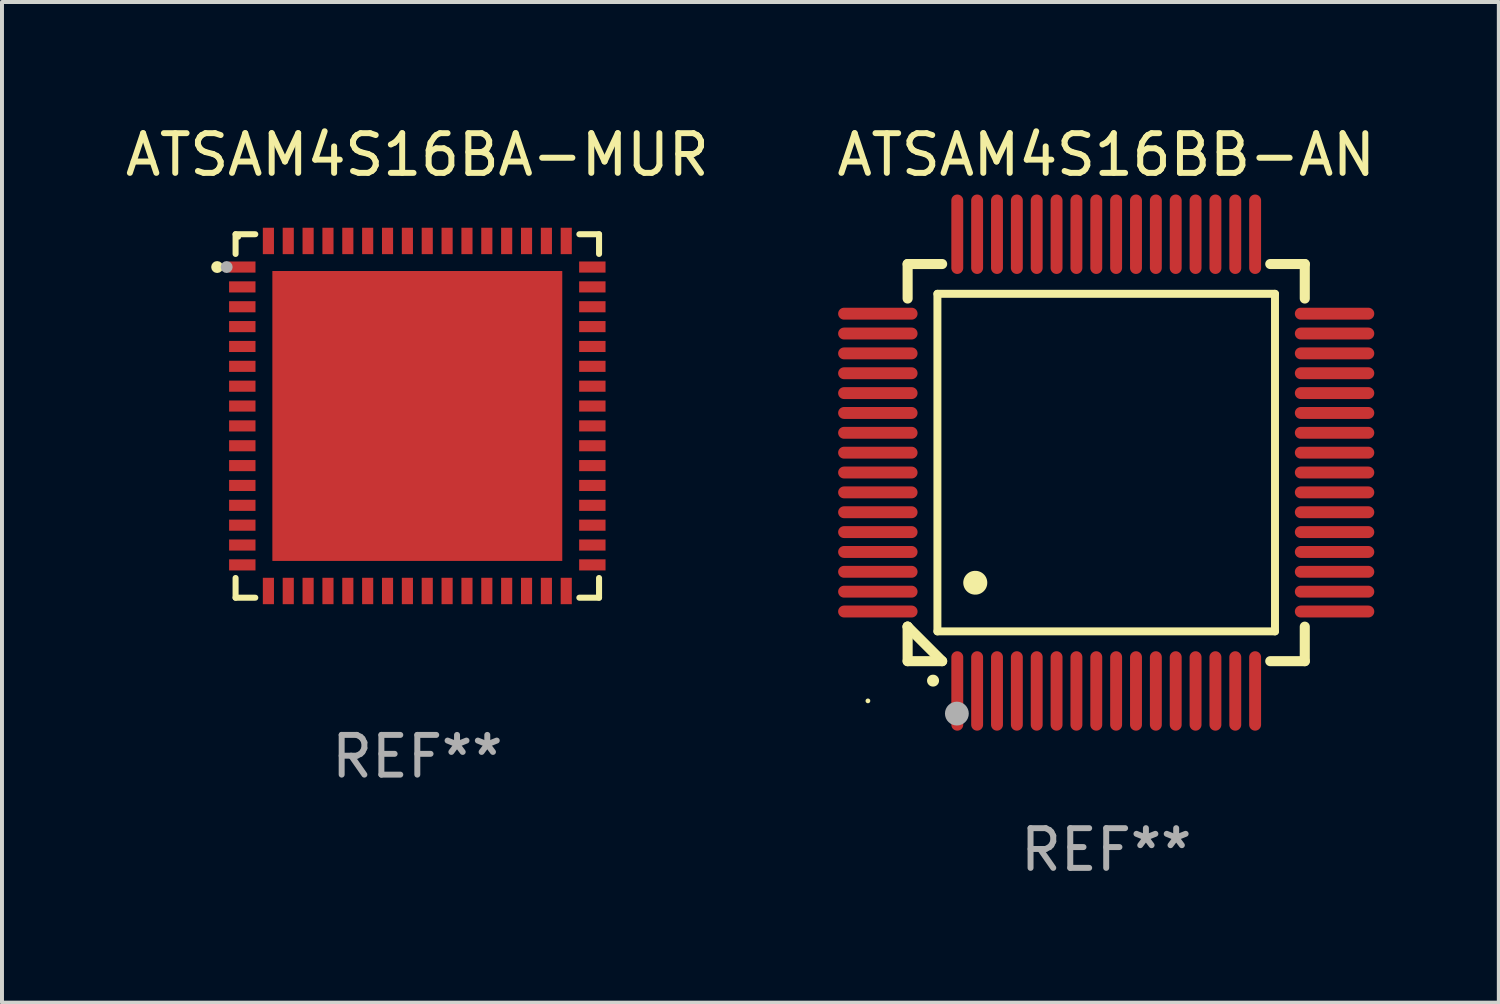
<source format=kicad_pcb>
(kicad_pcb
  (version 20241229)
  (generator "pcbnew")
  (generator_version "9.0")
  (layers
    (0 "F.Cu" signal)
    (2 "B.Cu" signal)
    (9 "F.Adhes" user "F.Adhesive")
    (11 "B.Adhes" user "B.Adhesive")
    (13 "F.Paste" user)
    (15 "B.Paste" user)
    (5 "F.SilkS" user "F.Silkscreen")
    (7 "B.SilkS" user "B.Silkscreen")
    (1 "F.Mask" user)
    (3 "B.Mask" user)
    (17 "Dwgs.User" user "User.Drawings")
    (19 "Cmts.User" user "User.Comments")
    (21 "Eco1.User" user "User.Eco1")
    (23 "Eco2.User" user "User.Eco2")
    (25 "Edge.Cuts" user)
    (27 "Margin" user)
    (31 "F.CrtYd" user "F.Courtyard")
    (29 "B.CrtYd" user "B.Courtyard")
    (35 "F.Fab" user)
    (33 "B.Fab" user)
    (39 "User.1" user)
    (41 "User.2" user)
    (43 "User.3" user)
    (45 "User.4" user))
  (footprint "ATSAM4S16BA-MUR"
    (layer "F.Cu")
    (at 7.458 7.424)
    (property "Reference" "ATSAM4S16BA-MUR" (at 0 -6.576 0) (layer "F.SilkS") (effects (font (size 1 1) (thickness 0.15))))
    (attr through_hole)
    (fp_line (start -4.576 -4.576) (end -4.576 -4.08) (stroke (width 0.152) (type solid)) (layer "F.SilkS"))
    (fp_line (start -4.576 4.576) (end -4.576 4.08) (stroke (width 0.152) (type solid)) (layer "F.SilkS"))
    (fp_line (start -4.08 -4.576) (end -4.576 -4.576) (stroke (width 0.152) (type solid)) (layer "F.SilkS"))
    (fp_line (start -4.08 4.576) (end -4.576 4.576) (stroke (width 0.152) (type solid)) (layer "F.SilkS"))
    (fp_line (start 4.08 -4.576) (end 4.576 -4.576) (stroke (width 0.152) (type solid)) (layer "F.SilkS"))
    (fp_line (start 4.08 4.576) (end 4.576 4.576) (stroke (width 0.152) (type solid)) (layer "F.SilkS"))
    (fp_line (start 4.576 -4.576) (end 4.576 -4.08) (stroke (width 0.152) (type solid)) (layer "F.SilkS"))
    (fp_line (start 4.576 4.576) (end 4.576 4.08) (stroke (width 0.152) (type solid)) (layer "F.SilkS"))
    (fp_circle (center -5.04 -3.75) (end -4.965 -3.75) (stroke (width 0.15) (type solid)) (fill no) (layer "F.SilkS"))
    (fp_circle (center -4.5 -4.5) (end -4.47 -4.5) (stroke (width 0.06) (type solid)) (fill no) (layer "F.SilkS"))
    (fp_circle (center -4.8 -3.75) (end -4.725 -3.75) (stroke (width 0.15) (type solid)) (fill no) (layer "F.Fab"))
    (fp_text user "REF**" (at 0 8.576 0) (layer "F.Fab") (effects (font (size 1 1) (thickness 0.15))))
    (pad "1" smd rect (at -4.407 -3.75) (size 0.665 0.28) (layers "F.Cu" "F.Mask" "F.Paste"))
    (pad "2" smd rect (at -4.407 -3.25) (size 0.665 0.28) (layers "F.Cu" "F.Mask" "F.Paste"))
    (pad "3" smd rect (at -4.407 -2.75) (size 0.665 0.28) (layers "F.Cu" "F.Mask" "F.Paste"))
    (pad "4" smd rect (at -4.407 -2.25) (size 0.665 0.28) (layers "F.Cu" "F.Mask" "F.Paste"))
    (pad "5" smd rect (at -4.407 -1.75) (size 0.665 0.28) (layers "F.Cu" "F.Mask" "F.Paste"))
    (pad "6" smd rect (at -4.407 -1.25) (size 0.665 0.28) (layers "F.Cu" "F.Mask" "F.Paste"))
    (pad "7" smd rect (at -4.407 -0.75) (size 0.665 0.28) (layers "F.Cu" "F.Mask" "F.Paste"))
    (pad "8" smd rect (at -4.407 -0.25) (size 0.665 0.28) (layers "F.Cu" "F.Mask" "F.Paste"))
    (pad "9" smd rect (at -4.407 0.25) (size 0.665 0.28) (layers "F.Cu" "F.Mask" "F.Paste"))
    (pad "10" smd rect (at -4.407 0.75) (size 0.665 0.28) (layers "F.Cu" "F.Mask" "F.Paste"))
    (pad "11" smd rect (at -4.407 1.25) (size 0.665 0.28) (layers "F.Cu" "F.Mask" "F.Paste"))
    (pad "12" smd rect (at -4.407 1.75) (size 0.665 0.28) (layers "F.Cu" "F.Mask" "F.Paste"))
    (pad "13" smd rect (at -4.407 2.25) (size 0.665 0.28) (layers "F.Cu" "F.Mask" "F.Paste"))
    (pad "14" smd rect (at -4.407 2.75) (size 0.665 0.28) (layers "F.Cu" "F.Mask" "F.Paste"))
    (pad "15" smd rect (at -4.407 3.25) (size 0.665 0.28) (layers "F.Cu" "F.Mask" "F.Paste"))
    (pad "16" smd rect (at -4.407 3.75) (size 0.665 0.28) (layers "F.Cu" "F.Mask" "F.Paste"))
    (pad "17" smd rect (at -3.75 4.407) (size 0.28 0.665) (layers "F.Cu" "F.Mask" "F.Paste"))
    (pad "18" smd rect (at -3.25 4.407) (size 0.28 0.665) (layers "F.Cu" "F.Mask" "F.Paste"))
    (pad "19" smd rect (at -2.75 4.407) (size 0.28 0.665) (layers "F.Cu" "F.Mask" "F.Paste"))
    (pad "20" smd rect (at -2.25 4.407) (size 0.28 0.665) (layers "F.Cu" "F.Mask" "F.Paste"))
    (pad "21" smd rect (at -1.75 4.407) (size 0.28 0.665) (layers "F.Cu" "F.Mask" "F.Paste"))
    (pad "22" smd rect (at -1.25 4.407) (size 0.28 0.665) (layers "F.Cu" "F.Mask" "F.Paste"))
    (pad "23" smd rect (at -0.75 4.407) (size 0.28 0.665) (layers "F.Cu" "F.Mask" "F.Paste"))
    (pad "24" smd rect (at -0.25 4.407) (size 0.28 0.665) (layers "F.Cu" "F.Mask" "F.Paste"))
    (pad "25" smd rect (at 0.25 4.407) (size 0.28 0.665) (layers "F.Cu" "F.Mask" "F.Paste"))
    (pad "26" smd rect (at 0.75 4.407) (size 0.28 0.665) (layers "F.Cu" "F.Mask" "F.Paste"))
    (pad "27" smd rect (at 1.25 4.407) (size 0.28 0.665) (layers "F.Cu" "F.Mask" "F.Paste"))
    (pad "28" smd rect (at 1.75 4.407) (size 0.28 0.665) (layers "F.Cu" "F.Mask" "F.Paste"))
    (pad "29" smd rect (at 2.25 4.407) (size 0.28 0.665) (layers "F.Cu" "F.Mask" "F.Paste"))
    (pad "30" smd rect (at 2.75 4.407) (size 0.28 0.665) (layers "F.Cu" "F.Mask" "F.Paste"))
    (pad "31" smd rect (at 3.25 4.407) (size 0.28 0.665) (layers "F.Cu" "F.Mask" "F.Paste"))
    (pad "32" smd rect (at 3.75 4.407) (size 0.28 0.665) (layers "F.Cu" "F.Mask" "F.Paste"))
    (pad "33" smd rect (at 4.407 3.75) (size 0.665 0.28) (layers "F.Cu" "F.Mask" "F.Paste"))
    (pad "34" smd rect (at 4.407 3.25) (size 0.665 0.28) (layers "F.Cu" "F.Mask" "F.Paste"))
    (pad "35" smd rect (at 4.407 2.75) (size 0.665 0.28) (layers "F.Cu" "F.Mask" "F.Paste"))
    (pad "36" smd rect (at 4.407 2.25) (size 0.665 0.28) (layers "F.Cu" "F.Mask" "F.Paste"))
    (pad "37" smd rect (at 4.407 1.75) (size 0.665 0.28) (layers "F.Cu" "F.Mask" "F.Paste"))
    (pad "38" smd rect (at 4.407 1.25) (size 0.665 0.28) (layers "F.Cu" "F.Mask" "F.Paste"))
    (pad "39" smd rect (at 4.407 0.75) (size 0.665 0.28) (layers "F.Cu" "F.Mask" "F.Paste"))
    (pad "40" smd rect (at 4.407 0.25) (size 0.665 0.28) (layers "F.Cu" "F.Mask" "F.Paste"))
    (pad "41" smd rect (at 4.407 -0.25) (size 0.665 0.28) (layers "F.Cu" "F.Mask" "F.Paste"))
    (pad "42" smd rect (at 4.407 -0.75) (size 0.665 0.28) (layers "F.Cu" "F.Mask" "F.Paste"))
    (pad "43" smd rect (at 4.407 -1.25) (size 0.665 0.28) (layers "F.Cu" "F.Mask" "F.Paste"))
    (pad "44" smd rect (at 4.407 -1.75) (size 0.665 0.28) (layers "F.Cu" "F.Mask" "F.Paste"))
    (pad "45" smd rect (at 4.407 -2.25) (size 0.665 0.28) (layers "F.Cu" "F.Mask" "F.Paste"))
    (pad "46" smd rect (at 4.407 -2.75) (size 0.665 0.28) (layers "F.Cu" "F.Mask" "F.Paste"))
    (pad "47" smd rect (at 4.407 -3.25) (size 0.665 0.28) (layers "F.Cu" "F.Mask" "F.Paste"))
    (pad "48" smd rect (at 4.407 -3.75) (size 0.665 0.28) (layers "F.Cu" "F.Mask" "F.Paste"))
    (pad "49" smd rect (at 3.75 -4.407) (size 0.28 0.665) (layers "F.Cu" "F.Mask" "F.Paste"))
    (pad "50" smd rect (at 3.25 -4.407) (size 0.28 0.665) (layers "F.Cu" "F.Mask" "F.Paste"))
    (pad "51" smd rect (at 2.75 -4.407) (size 0.28 0.665) (layers "F.Cu" "F.Mask" "F.Paste"))
    (pad "52" smd rect (at 2.25 -4.407) (size 0.28 0.665) (layers "F.Cu" "F.Mask" "F.Paste"))
    (pad "53" smd rect (at 1.75 -4.407) (size 0.28 0.665) (layers "F.Cu" "F.Mask" "F.Paste"))
    (pad "54" smd rect (at 1.25 -4.407) (size 0.28 0.665) (layers "F.Cu" "F.Mask" "F.Paste"))
    (pad "55" smd rect (at 0.75 -4.407) (size 0.28 0.665) (layers "F.Cu" "F.Mask" "F.Paste"))
    (pad "56" smd rect (at 0.25 -4.407) (size 0.28 0.665) (layers "F.Cu" "F.Mask" "F.Paste"))
    (pad "57" smd rect (at -0.25 -4.407) (size 0.28 0.665) (layers "F.Cu" "F.Mask" "F.Paste"))
    (pad "58" smd rect (at -0.75 -4.407) (size 0.28 0.665) (layers "F.Cu" "F.Mask" "F.Paste"))
    (pad "59" smd rect (at -1.25 -4.407) (size 0.28 0.665) (layers "F.Cu" "F.Mask" "F.Paste"))
    (pad "60" smd rect (at -1.75 -4.407) (size 0.28 0.665) (layers "F.Cu" "F.Mask" "F.Paste"))
    (pad "61" smd rect (at -2.25 -4.407) (size 0.28 0.665) (layers "F.Cu" "F.Mask" "F.Paste"))
    (pad "62" smd rect (at -2.75 -4.407) (size 0.28 0.665) (layers "F.Cu" "F.Mask" "F.Paste"))
    (pad "63" smd rect (at -3.25 -4.407) (size 0.28 0.665) (layers "F.Cu" "F.Mask" "F.Paste"))
    (pad "64" smd rect (at -3.75 -4.407) (size 0.28 0.665) (layers "F.Cu" "F.Mask" "F.Paste"))
    (pad "65" smd rect (at 0 0) (size 7.3 7.3) (layers "F.Cu" "F.Mask" "F.Paste")))
  (footprint "ATSAM4S16BB-AN"
    (layer "F.Cu")
    (at 24.804 8.598)
    (property "Reference" "ATSAM4S16BB-AN" (at 0 -7.75 0) (layer "F.SilkS") (effects (font (size 1 1) (thickness 0.15))))
    (attr through_hole)
    (fp_line (start -5 -5) (end -4.131 -5) (stroke (width 0.254) (type solid)) (layer "F.SilkS"))
    (fp_line (start -5 -4.131) (end -5 -5) (stroke (width 0.254) (type solid)) (layer "F.SilkS"))
    (fp_line (start -5 4.131) (end -5 4.131) (stroke (width 0.254) (type solid)) (layer "F.SilkS"))
    (fp_line (start -5 5) (end -5 4.131) (stroke (width 0.254) (type solid)) (layer "F.SilkS"))
    (fp_line (start -5 4.131) (end -4.131 5) (stroke (width 0.254) (type solid)) (layer "F.SilkS"))
    (fp_line (start -4.25 -4.25) (end -4.25 4.25) (stroke (width 0.2) (type solid)) (layer "F.SilkS"))
    (fp_line (start -4.25 4.25) (end 4.25 4.25) (stroke (width 0.2) (type solid)) (layer "F.SilkS"))
    (fp_line (start -4.131 5) (end -5 5) (stroke (width 0.254) (type solid)) (layer "F.SilkS"))
    (fp_line (start 4.25 -4.25) (end -4.25 -4.25) (stroke (width 0.2) (type solid)) (layer "F.SilkS"))
    (fp_line (start 4.25 4.25) (end 4.25 -4.25) (stroke (width 0.2) (type solid)) (layer "F.SilkS"))
    (fp_line (start 5 -5) (end 4.131 -5) (stroke (width 0.254) (type solid)) (layer "F.SilkS"))
    (fp_line (start 5 -5) (end 5 -4.131) (stroke (width 0.254) (type solid)) (layer "F.SilkS"))
    (fp_line (start 5 4.131) (end 5 5) (stroke (width 0.254) (type solid)) (layer "F.SilkS"))
    (fp_line (start 5 5) (end 4.131 5) (stroke (width 0.254) (type solid)) (layer "F.SilkS"))
    (fp_arc (start -4.361265 5.489992) (mid -4.359995 5.489987) (end -4.358725 5.489992) (stroke (width 0.3) (type solid)) (layer "F.SilkS"))
    (fp_arc (start -3.299467 3.025146) (mid -3.296927 3.025135) (end -3.294387 3.025146) (stroke (width 0.6) (type solid)) (layer "F.SilkS"))
    (fp_circle (center -6 6) (end -5.97 6) (stroke (width 0.06) (type solid)) (fill no) (layer "F.SilkS"))
    (fp_circle (center -3.76 6.32) (end -3.61 6.32) (stroke (width 0.3) (type solid)) (fill no) (layer "F.Fab"))
    (fp_text user "REF**" (at 0 9.75 0) (layer "F.Fab") (effects (font (size 1 1) (thickness 0.15))))
    (pad "1" smd oval (at -3.75 5.75) (size 0.3 2) (layers "F.Cu" "F.Mask" "F.Paste"))
    (pad "2" smd oval (at -3.25 5.75) (size 0.3 2) (layers "F.Cu" "F.Mask" "F.Paste"))
    (pad "3" smd oval (at -2.75 5.75) (size 0.3 2) (layers "F.Cu" "F.Mask" "F.Paste"))
    (pad "4" smd oval (at -2.25 5.75) (size 0.3 2) (layers "F.Cu" "F.Mask" "F.Paste"))
    (pad "5" smd oval (at -1.75 5.75) (size 0.3 2) (layers "F.Cu" "F.Mask" "F.Paste"))
    (pad "6" smd oval (at -1.25 5.75) (size 0.3 2) (layers "F.Cu" "F.Mask" "F.Paste"))
    (pad "7" smd oval (at -0.75 5.75) (size 0.3 2) (layers "F.Cu" "F.Mask" "F.Paste"))
    (pad "8" smd oval (at -0.25 5.75) (size 0.3 2) (layers "F.Cu" "F.Mask" "F.Paste"))
    (pad "9" smd oval (at 0.25 5.75) (size 0.3 2) (layers "F.Cu" "F.Mask" "F.Paste"))
    (pad "10" smd oval (at 0.75 5.75) (size 0.3 2) (layers "F.Cu" "F.Mask" "F.Paste"))
    (pad "11" smd oval (at 1.25 5.75) (size 0.3 2) (layers "F.Cu" "F.Mask" "F.Paste"))
    (pad "12" smd oval (at 1.75 5.75) (size 0.3 2) (layers "F.Cu" "F.Mask" "F.Paste"))
    (pad "13" smd oval (at 2.25 5.75) (size 0.3 2) (layers "F.Cu" "F.Mask" "F.Paste"))
    (pad "14" smd oval (at 2.75 5.75) (size 0.3 2) (layers "F.Cu" "F.Mask" "F.Paste"))
    (pad "15" smd oval (at 3.25 5.75) (size 0.3 2) (layers "F.Cu" "F.Mask" "F.Paste"))
    (pad "16" smd oval (at 3.75 5.75) (size 0.3 2) (layers "F.Cu" "F.Mask" "F.Paste"))
    (pad "17" smd oval (at 5.75 3.75) (size 2 0.3) (layers "F.Cu" "F.Mask" "F.Paste"))
    (pad "18" smd oval (at 5.75 3.25) (size 2 0.3) (layers "F.Cu" "F.Mask" "F.Paste"))
    (pad "19" smd oval (at 5.75 2.75) (size 2 0.3) (layers "F.Cu" "F.Mask" "F.Paste"))
    (pad "20" smd oval (at 5.75 2.25) (size 2 0.3) (layers "F.Cu" "F.Mask" "F.Paste"))
    (pad "21" smd oval (at 5.75 1.75) (size 2 0.3) (layers "F.Cu" "F.Mask" "F.Paste"))
    (pad "22" smd oval (at 5.75 1.25) (size 2 0.3) (layers "F.Cu" "F.Mask" "F.Paste"))
    (pad "23" smd oval (at 5.75 0.75) (size 2 0.3) (layers "F.Cu" "F.Mask" "F.Paste"))
    (pad "24" smd oval (at 5.75 0.25) (size 2 0.3) (layers "F.Cu" "F.Mask" "F.Paste"))
    (pad "25" smd oval (at 5.75 -0.25) (size 2 0.3) (layers "F.Cu" "F.Mask" "F.Paste"))
    (pad "26" smd oval (at 5.75 -0.75) (size 2 0.3) (layers "F.Cu" "F.Mask" "F.Paste"))
    (pad "27" smd oval (at 5.75 -1.25) (size 2 0.3) (layers "F.Cu" "F.Mask" "F.Paste"))
    (pad "28" smd oval (at 5.75 -1.75) (size 2 0.3) (layers "F.Cu" "F.Mask" "F.Paste"))
    (pad "29" smd oval (at 5.75 -2.25) (size 2 0.3) (layers "F.Cu" "F.Mask" "F.Paste"))
    (pad "30" smd oval (at 5.75 -2.75) (size 2 0.3) (layers "F.Cu" "F.Mask" "F.Paste"))
    (pad "31" smd oval (at 5.75 -3.25) (size 2 0.3) (layers "F.Cu" "F.Mask" "F.Paste"))
    (pad "32" smd oval (at 5.75 -3.75) (size 2 0.3) (layers "F.Cu" "F.Mask" "F.Paste"))
    (pad "33" smd oval (at 3.75 -5.75) (size 0.3 2) (layers "F.Cu" "F.Mask" "F.Paste"))
    (pad "34" smd oval (at 3.25 -5.75) (size 0.3 2) (layers "F.Cu" "F.Mask" "F.Paste"))
    (pad "35" smd oval (at 2.75 -5.75) (size 0.3 2) (layers "F.Cu" "F.Mask" "F.Paste"))
    (pad "36" smd oval (at 2.25 -5.75) (size 0.3 2) (layers "F.Cu" "F.Mask" "F.Paste"))
    (pad "37" smd oval (at 1.75 -5.75) (size 0.3 2) (layers "F.Cu" "F.Mask" "F.Paste"))
    (pad "38" smd oval (at 1.25 -5.75) (size 0.3 2) (layers "F.Cu" "F.Mask" "F.Paste"))
    (pad "39" smd oval (at 0.75 -5.75) (size 0.3 2) (layers "F.Cu" "F.Mask" "F.Paste"))
    (pad "40" smd oval (at 0.25 -5.75) (size 0.3 2) (layers "F.Cu" "F.Mask" "F.Paste"))
    (pad "41" smd oval (at -0.25 -5.75) (size 0.3 2) (layers "F.Cu" "F.Mask" "F.Paste"))
    (pad "42" smd oval (at -0.75 -5.75) (size 0.3 2) (layers "F.Cu" "F.Mask" "F.Paste"))
    (pad "43" smd oval (at -1.25 -5.75) (size 0.3 2) (layers "F.Cu" "F.Mask" "F.Paste"))
    (pad "44" smd oval (at -1.75 -5.75) (size 0.3 2) (layers "F.Cu" "F.Mask" "F.Paste"))
    (pad "45" smd oval (at -2.25 -5.75) (size 0.3 2) (layers "F.Cu" "F.Mask" "F.Paste"))
    (pad "46" smd oval (at -2.75 -5.75) (size 0.3 2) (layers "F.Cu" "F.Mask" "F.Paste"))
    (pad "47" smd oval (at -3.25 -5.75) (size 0.3 2) (layers "F.Cu" "F.Mask" "F.Paste"))
    (pad "48" smd oval (at -3.75 -5.75) (size 0.3 2) (layers "F.Cu" "F.Mask" "F.Paste"))
    (pad "49" smd oval (at -5.75 -3.75) (size 2 0.3) (layers "F.Cu" "F.Mask" "F.Paste"))
    (pad "50" smd oval (at -5.75 -3.25) (size 2 0.3) (layers "F.Cu" "F.Mask" "F.Paste"))
    (pad "51" smd oval (at -5.75 -2.75) (size 2 0.3) (layers "F.Cu" "F.Mask" "F.Paste"))
    (pad "52" smd oval (at -5.75 -2.25) (size 2 0.3) (layers "F.Cu" "F.Mask" "F.Paste"))
    (pad "53" smd oval (at -5.75 -1.75) (size 2 0.3) (layers "F.Cu" "F.Mask" "F.Paste"))
    (pad "54" smd oval (at -5.75 -1.25) (size 2 0.3) (layers "F.Cu" "F.Mask" "F.Paste"))
    (pad "55" smd oval (at -5.75 -0.75) (size 2 0.3) (layers "F.Cu" "F.Mask" "F.Paste"))
    (pad "56" smd oval (at -5.75 -0.25) (size 2 0.3) (layers "F.Cu" "F.Mask" "F.Paste"))
    (pad "57" smd oval (at -5.75 0.25) (size 2 0.3) (layers "F.Cu" "F.Mask" "F.Paste"))
    (pad "58" smd oval (at -5.75 0.75) (size 2 0.3) (layers "F.Cu" "F.Mask" "F.Paste"))
    (pad "59" smd oval (at -5.75 1.25) (size 2 0.3) (layers "F.Cu" "F.Mask" "F.Paste"))
    (pad "60" smd oval (at -5.75 1.75) (size 2 0.3) (layers "F.Cu" "F.Mask" "F.Paste"))
    (pad "61" smd oval (at -5.75 2.25) (size 2 0.3) (layers "F.Cu" "F.Mask" "F.Paste"))
    (pad "62" smd oval (at -5.75 2.75) (size 2 0.3) (layers "F.Cu" "F.Mask" "F.Paste"))
    (pad "63" smd oval (at -5.75 3.25) (size 2 0.3) (layers "F.Cu" "F.Mask" "F.Paste"))
    (pad "64" smd oval (at -5.75 3.75) (size 2 0.3) (layers "F.Cu" "F.Mask" "F.Paste")))
  (gr_rect
    (start -3 -3)
    (end 34.69 22.196)
    (stroke (width 0.1) (type default))
    (fill no)
    (layer "Edge.Cuts")))
</source>
